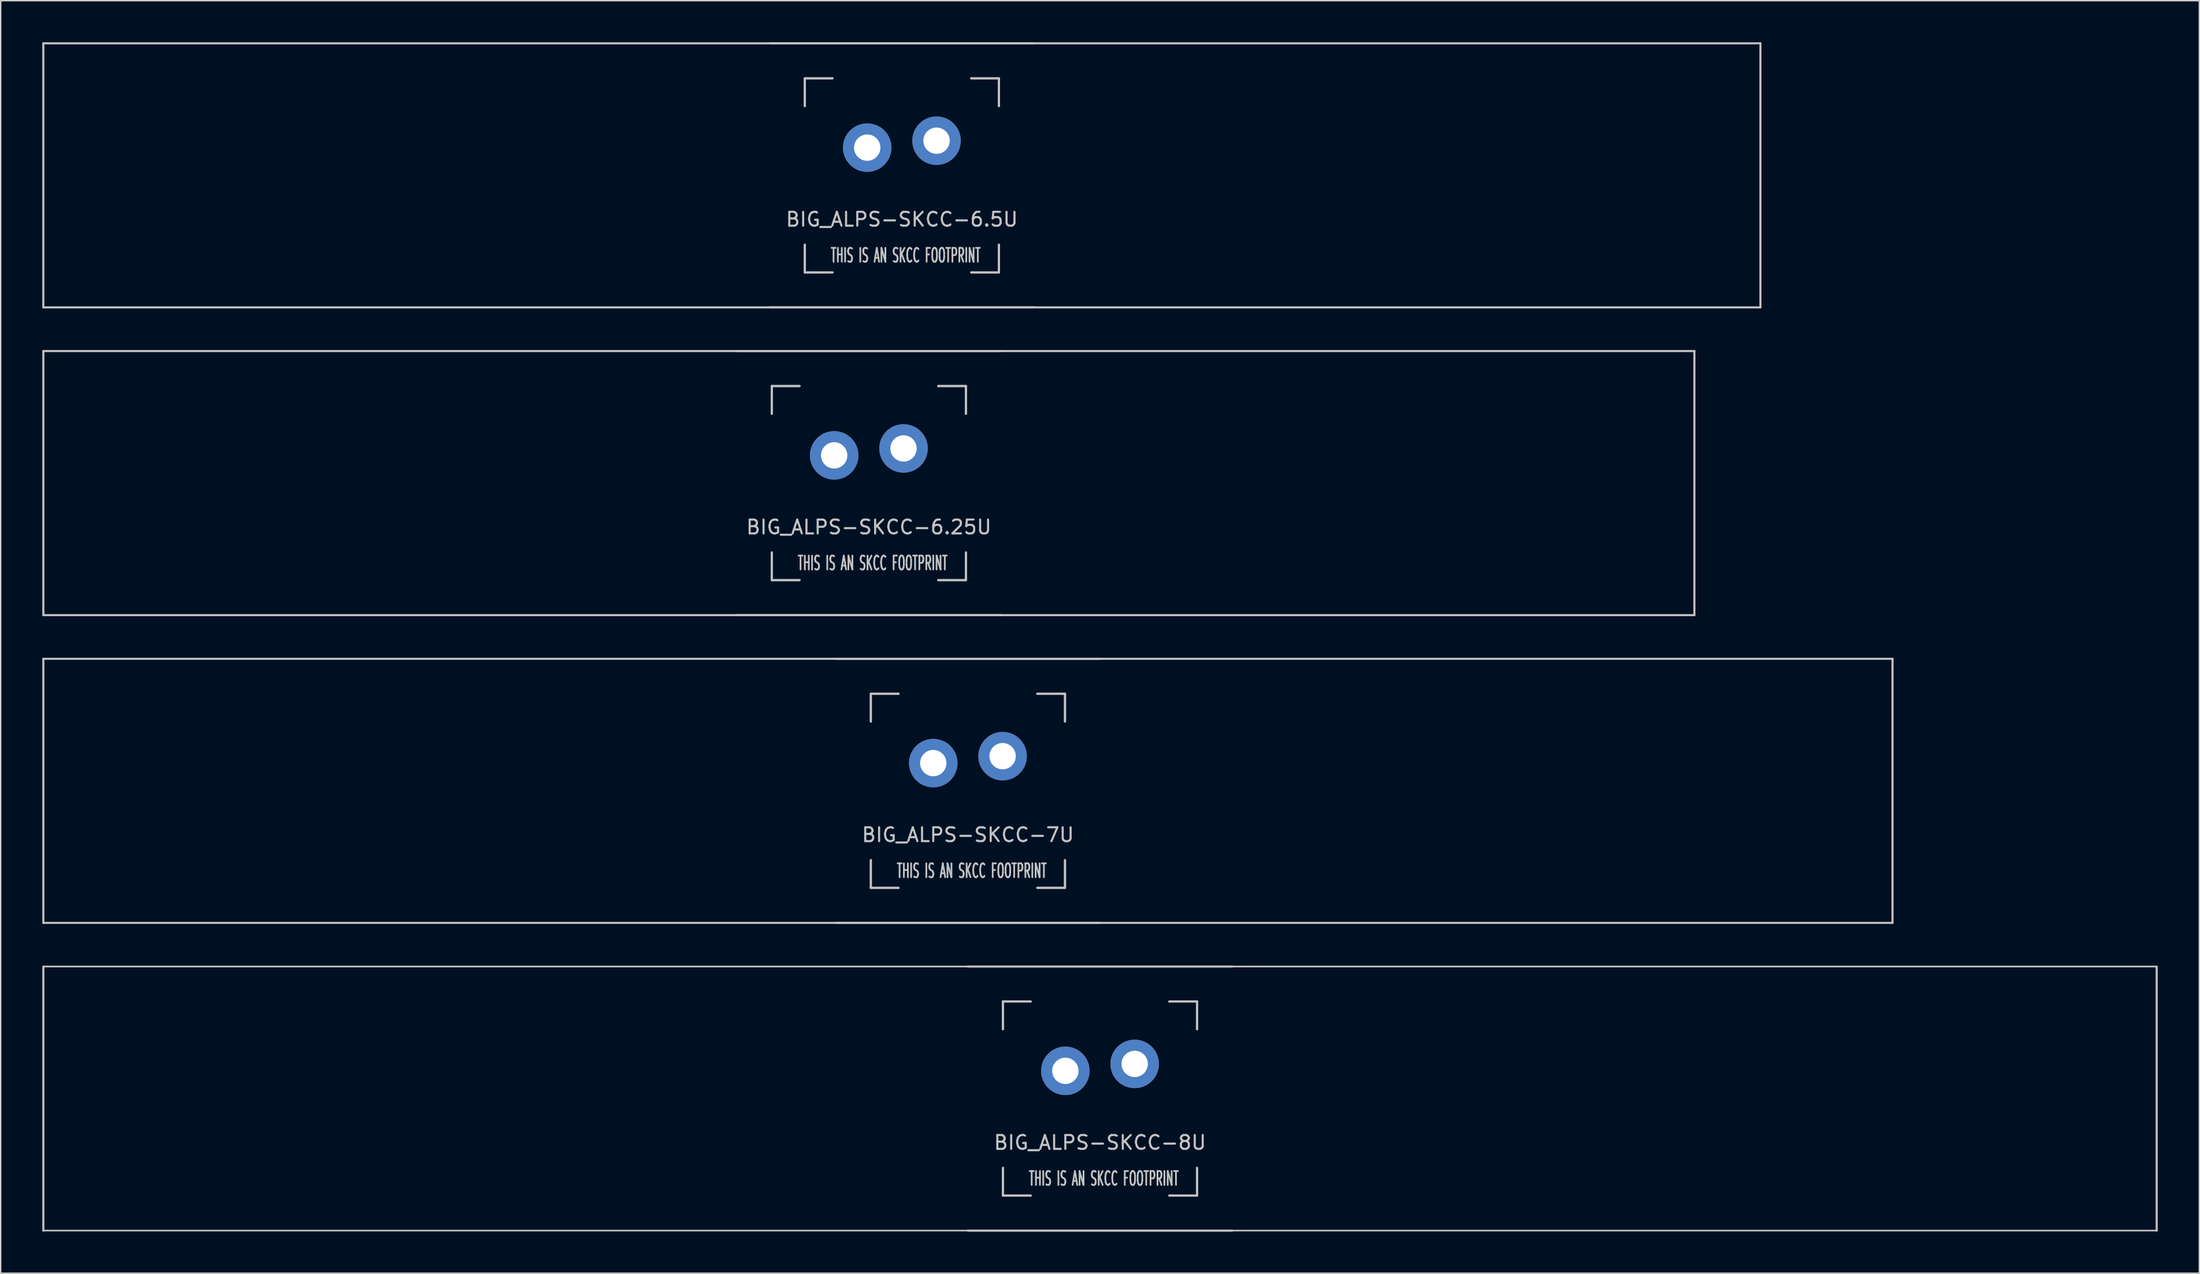
<source format=kicad_pcb>
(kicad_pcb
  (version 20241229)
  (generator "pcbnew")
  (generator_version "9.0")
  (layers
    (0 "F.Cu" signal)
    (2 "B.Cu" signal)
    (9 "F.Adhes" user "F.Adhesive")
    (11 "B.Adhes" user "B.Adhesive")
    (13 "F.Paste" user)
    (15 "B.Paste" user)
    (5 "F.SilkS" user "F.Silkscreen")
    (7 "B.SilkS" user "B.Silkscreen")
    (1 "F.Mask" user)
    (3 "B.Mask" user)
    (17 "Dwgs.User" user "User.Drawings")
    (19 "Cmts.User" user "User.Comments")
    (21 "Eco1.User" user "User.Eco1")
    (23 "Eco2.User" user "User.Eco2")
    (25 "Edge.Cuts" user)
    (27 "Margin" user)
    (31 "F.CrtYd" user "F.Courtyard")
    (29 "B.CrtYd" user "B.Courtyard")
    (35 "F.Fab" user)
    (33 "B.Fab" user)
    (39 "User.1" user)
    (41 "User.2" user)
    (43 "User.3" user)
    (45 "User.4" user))
  (footprint "BIG_ALPS-SKCC-8U"
    (layer "F.Cu")
    (at 76.275 76.2)
    (property "Reference" "BIG_ALPS-SKCC-8U" (at 0 3.175 0) (layer "Dwgs.User") (effects (font (size 1 1) (thickness 0.15))))
    (attr through_hole)
    (fp_line (start -76.2 -9.525) (end 76.2 -9.525) (stroke (width 0.12) (type solid)) (layer "Dwgs.User"))
    (fp_line (start -76.2 9.525) (end -76.2 -9.525) (stroke (width 0.15) (type solid)) (layer "Dwgs.User"))
    (fp_line (start -9.525 -9.525) (end 9.525 -9.525) (stroke (width 0.15) (type solid)) (layer "Dwgs.User"))
    (fp_line (start -9.525 9.525) (end 9.525 9.525) (stroke (width 0.15) (type solid)) (layer "Dwgs.User"))
    (fp_line (start -7 -7) (end -7 -5) (stroke (width 0.15) (type solid)) (layer "Dwgs.User"))
    (fp_line (start -7 -7) (end -7 -5) (stroke (width 0.15) (type solid)) (layer "Dwgs.User"))
    (fp_line (start -7 5) (end -7 7) (stroke (width 0.15) (type solid)) (layer "Dwgs.User"))
    (fp_line (start -7 5) (end -7 7) (stroke (width 0.15) (type solid)) (layer "Dwgs.User"))
    (fp_line (start -7 7) (end -5 7) (stroke (width 0.15) (type solid)) (layer "Dwgs.User"))
    (fp_line (start -7 7) (end -5 7) (stroke (width 0.15) (type solid)) (layer "Dwgs.User"))
    (fp_line (start -5 -7) (end -7 -7) (stroke (width 0.15) (type solid)) (layer "Dwgs.User"))
    (fp_line (start -5 -7) (end -7 -7) (stroke (width 0.15) (type solid)) (layer "Dwgs.User"))
    (fp_line (start 5 -7) (end 7 -7) (stroke (width 0.15) (type solid)) (layer "Dwgs.User"))
    (fp_line (start 5 -7) (end 7 -7) (stroke (width 0.15) (type solid)) (layer "Dwgs.User"))
    (fp_line (start 5 7) (end 7 7) (stroke (width 0.15) (type solid)) (layer "Dwgs.User"))
    (fp_line (start 5 7) (end 7 7) (stroke (width 0.15) (type solid)) (layer "Dwgs.User"))
    (fp_line (start 7 -7) (end 7 -5) (stroke (width 0.15) (type solid)) (layer "Dwgs.User"))
    (fp_line (start 7 -7) (end 7 -5) (stroke (width 0.15) (type solid)) (layer "Dwgs.User"))
    (fp_line (start 7 7) (end 7 5) (stroke (width 0.15) (type solid)) (layer "Dwgs.User"))
    (fp_line (start 7 7) (end 7 5) (stroke (width 0.15) (type solid)) (layer "Dwgs.User"))
    (fp_line (start 76.2 -9.525) (end 76.2 9.525) (stroke (width 0.15) (type solid)) (layer "Dwgs.User"))
    (fp_line (start 76.2 9.525) (end -76.2 9.525) (stroke (width 0.12) (type solid)) (layer "Dwgs.User"))
    (fp_text user "THIS IS AN SKCC FOOTPRINT" (at 0.275 5.775 0) (layer "Dwgs.User") (effects (font (size 1 0.5) (thickness 0.125))))
    (pad "1" thru_hole circle (at -2.5 -2) (size 3.5 3.5) (drill 1.9) (layers "*.Cu" "*.Mask"))
    (pad "2" thru_hole circle (at 2.5 -2.5) (size 3.5 3.5) (drill 1.9) (layers "*.Cu" "*.Mask")))
  (footprint "BIG_ALPS-SKCC-7U"
    (layer "F.Cu")
    (at 66.75 54)
    (property "Reference" "BIG_ALPS-SKCC-7U" (at 0 3.175 0) (layer "Dwgs.User") (effects (font (size 1 1) (thickness 0.15))))
    (attr through_hole)
    (fp_line (start -66.675 -9.525) (end 66.675 -9.525) (stroke (width 0.15) (type solid)) (layer "Dwgs.User"))
    (fp_line (start -66.675 9.525) (end -66.675 -9.525) (stroke (width 0.15) (type solid)) (layer "Dwgs.User"))
    (fp_line (start -66.675 9.525) (end 66.675 9.525) (stroke (width 0.15) (type solid)) (layer "Dwgs.User"))
    (fp_line (start -9.525 -9.525) (end 9.525 -9.525) (stroke (width 0.15) (type solid)) (layer "Dwgs.User"))
    (fp_line (start -9.525 9.525) (end 9.525 9.525) (stroke (width 0.15) (type solid)) (layer "Dwgs.User"))
    (fp_line (start -7 -7) (end -7 -5) (stroke (width 0.15) (type solid)) (layer "Dwgs.User"))
    (fp_line (start -7 -7) (end -7 -5) (stroke (width 0.15) (type solid)) (layer "Dwgs.User"))
    (fp_line (start -7 5) (end -7 7) (stroke (width 0.15) (type solid)) (layer "Dwgs.User"))
    (fp_line (start -7 5) (end -7 7) (stroke (width 0.15) (type solid)) (layer "Dwgs.User"))
    (fp_line (start -7 7) (end -5 7) (stroke (width 0.15) (type solid)) (layer "Dwgs.User"))
    (fp_line (start -7 7) (end -5 7) (stroke (width 0.15) (type solid)) (layer "Dwgs.User"))
    (fp_line (start -5 -7) (end -7 -7) (stroke (width 0.15) (type solid)) (layer "Dwgs.User"))
    (fp_line (start -5 -7) (end -7 -7) (stroke (width 0.15) (type solid)) (layer "Dwgs.User"))
    (fp_line (start 5 -7) (end 7 -7) (stroke (width 0.15) (type solid)) (layer "Dwgs.User"))
    (fp_line (start 5 -7) (end 7 -7) (stroke (width 0.15) (type solid)) (layer "Dwgs.User"))
    (fp_line (start 5 7) (end 7 7) (stroke (width 0.15) (type solid)) (layer "Dwgs.User"))
    (fp_line (start 5 7) (end 7 7) (stroke (width 0.15) (type solid)) (layer "Dwgs.User"))
    (fp_line (start 7 -7) (end 7 -5) (stroke (width 0.15) (type solid)) (layer "Dwgs.User"))
    (fp_line (start 7 -7) (end 7 -5) (stroke (width 0.15) (type solid)) (layer "Dwgs.User"))
    (fp_line (start 7 7) (end 7 5) (stroke (width 0.15) (type solid)) (layer "Dwgs.User"))
    (fp_line (start 7 7) (end 7 5) (stroke (width 0.15) (type solid)) (layer "Dwgs.User"))
    (fp_line (start 66.675 -9.525) (end 66.675 9.525) (stroke (width 0.15) (type solid)) (layer "Dwgs.User"))
    (fp_text user "THIS IS AN SKCC FOOTPRINT" (at 0.275 5.775 0) (layer "Dwgs.User") (effects (font (size 1 0.5) (thickness 0.125))))
    (pad "1" thru_hole circle (at -2.5 -2) (size 3.5 3.5) (drill 1.9) (layers "*.Cu" "*.Mask"))
    (pad "2" thru_hole circle (at 2.5 -2.5) (size 3.5 3.5) (drill 1.9) (layers "*.Cu" "*.Mask")))
  (footprint "BIG_ALPS-SKCC-6.5U"
    (layer "F.Cu")
    (at 61.987 9.6)
    (property "Reference" "BIG_ALPS-SKCC-6.5U" (at 0 3.175 0) (layer "Dwgs.User") (effects (font (size 1 1) (thickness 0.15))))
    (attr through_hole)
    (fp_line (start -61.913 -9.525) (end 61.913 -9.525) (stroke (width 0.15) (type solid)) (layer "Dwgs.User"))
    (fp_line (start -61.913 9.525) (end -61.913 -9.525) (stroke (width 0.15) (type solid)) (layer "Dwgs.User"))
    (fp_line (start -61.913 9.525) (end 61.913 9.525) (stroke (width 0.15) (type solid)) (layer "Dwgs.User"))
    (fp_line (start -9.525 -9.525) (end 9.525 -9.525) (stroke (width 0.15) (type solid)) (layer "Dwgs.User"))
    (fp_line (start -9.525 9.525) (end 9.525 9.525) (stroke (width 0.15) (type solid)) (layer "Dwgs.User"))
    (fp_line (start -7 -7) (end -7 -5) (stroke (width 0.15) (type solid)) (layer "Dwgs.User"))
    (fp_line (start -7 -7) (end -7 -5) (stroke (width 0.15) (type solid)) (layer "Dwgs.User"))
    (fp_line (start -7 5) (end -7 7) (stroke (width 0.15) (type solid)) (layer "Dwgs.User"))
    (fp_line (start -7 5) (end -7 7) (stroke (width 0.15) (type solid)) (layer "Dwgs.User"))
    (fp_line (start -7 7) (end -5 7) (stroke (width 0.15) (type solid)) (layer "Dwgs.User"))
    (fp_line (start -7 7) (end -5 7) (stroke (width 0.15) (type solid)) (layer "Dwgs.User"))
    (fp_line (start -5 -7) (end -7 -7) (stroke (width 0.15) (type solid)) (layer "Dwgs.User"))
    (fp_line (start -5 -7) (end -7 -7) (stroke (width 0.15) (type solid)) (layer "Dwgs.User"))
    (fp_line (start 5 -7) (end 7 -7) (stroke (width 0.15) (type solid)) (layer "Dwgs.User"))
    (fp_line (start 5 -7) (end 7 -7) (stroke (width 0.15) (type solid)) (layer "Dwgs.User"))
    (fp_line (start 5 7) (end 7 7) (stroke (width 0.15) (type solid)) (layer "Dwgs.User"))
    (fp_line (start 5 7) (end 7 7) (stroke (width 0.15) (type solid)) (layer "Dwgs.User"))
    (fp_line (start 7 -7) (end 7 -5) (stroke (width 0.15) (type solid)) (layer "Dwgs.User"))
    (fp_line (start 7 -7) (end 7 -5) (stroke (width 0.15) (type solid)) (layer "Dwgs.User"))
    (fp_line (start 7 7) (end 7 5) (stroke (width 0.15) (type solid)) (layer "Dwgs.User"))
    (fp_line (start 7 7) (end 7 5) (stroke (width 0.15) (type solid)) (layer "Dwgs.User"))
    (fp_line (start 61.913 -9.525) (end 61.913 9.525) (stroke (width 0.15) (type solid)) (layer "Dwgs.User"))
    (fp_text user "THIS IS AN SKCC FOOTPRINT" (at 0.275 5.775 0) (layer "Dwgs.User") (effects (font (size 1 0.5) (thickness 0.125))))
    (pad "1" thru_hole circle (at -2.5 -2) (size 3.5 3.5) (drill 1.9) (layers "*.Cu" "*.Mask"))
    (pad "2" thru_hole circle (at 2.5 -2.5) (size 3.5 3.5) (drill 1.9) (layers "*.Cu" "*.Mask")))
  (footprint "BIG_ALPS-SKCC-6.25U"
    (layer "F.Cu")
    (at 59.606 31.8)
    (property "Reference" "BIG_ALPS-SKCC-6.25U" (at 0 3.175 0) (layer "Dwgs.User") (effects (font (size 1 1) (thickness 0.15))))
    (attr through_hole)
    (fp_line (start -59.531 -9.525) (end 59.531 -9.525) (stroke (width 0.15) (type solid)) (layer "Dwgs.User"))
    (fp_line (start -59.531 9.525) (end -59.531 -9.525) (stroke (width 0.15) (type solid)) (layer "Dwgs.User"))
    (fp_line (start -59.531 9.525) (end 59.531 9.525) (stroke (width 0.15) (type solid)) (layer "Dwgs.User"))
    (fp_line (start -9.525 -9.525) (end 9.525 -9.525) (stroke (width 0.15) (type solid)) (layer "Dwgs.User"))
    (fp_line (start -9.525 9.525) (end 9.525 9.525) (stroke (width 0.15) (type solid)) (layer "Dwgs.User"))
    (fp_line (start -7 -7) (end -7 -5) (stroke (width 0.15) (type solid)) (layer "Dwgs.User"))
    (fp_line (start -7 -7) (end -7 -5) (stroke (width 0.15) (type solid)) (layer "Dwgs.User"))
    (fp_line (start -7 5) (end -7 7) (stroke (width 0.15) (type solid)) (layer "Dwgs.User"))
    (fp_line (start -7 5) (end -7 7) (stroke (width 0.15) (type solid)) (layer "Dwgs.User"))
    (fp_line (start -7 7) (end -5 7) (stroke (width 0.15) (type solid)) (layer "Dwgs.User"))
    (fp_line (start -7 7) (end -5 7) (stroke (width 0.15) (type solid)) (layer "Dwgs.User"))
    (fp_line (start -5 -7) (end -7 -7) (stroke (width 0.15) (type solid)) (layer "Dwgs.User"))
    (fp_line (start -5 -7) (end -7 -7) (stroke (width 0.15) (type solid)) (layer "Dwgs.User"))
    (fp_line (start 5 -7) (end 7 -7) (stroke (width 0.15) (type solid)) (layer "Dwgs.User"))
    (fp_line (start 5 -7) (end 7 -7) (stroke (width 0.15) (type solid)) (layer "Dwgs.User"))
    (fp_line (start 5 7) (end 7 7) (stroke (width 0.15) (type solid)) (layer "Dwgs.User"))
    (fp_line (start 5 7) (end 7 7) (stroke (width 0.15) (type solid)) (layer "Dwgs.User"))
    (fp_line (start 7 -7) (end 7 -5) (stroke (width 0.15) (type solid)) (layer "Dwgs.User"))
    (fp_line (start 7 -7) (end 7 -5) (stroke (width 0.15) (type solid)) (layer "Dwgs.User"))
    (fp_line (start 7 7) (end 7 5) (stroke (width 0.15) (type solid)) (layer "Dwgs.User"))
    (fp_line (start 7 7) (end 7 5) (stroke (width 0.15) (type solid)) (layer "Dwgs.User"))
    (fp_line (start 59.531 -9.525) (end 59.531 9.525) (stroke (width 0.15) (type solid)) (layer "Dwgs.User"))
    (fp_text user "THIS IS AN SKCC FOOTPRINT" (at 0.275 5.775 0) (layer "Dwgs.User") (effects (font (size 1 0.5) (thickness 0.125))))
    (pad "1" thru_hole circle (at -2.5 -2) (size 3.5 3.5) (drill 1.9) (layers "*.Cu" "*.Mask"))
    (pad "2" thru_hole circle (at 2.5 -2.5) (size 3.5 3.5) (drill 1.9) (layers "*.Cu" "*.Mask")))
  (gr_rect
    (start -3 -3)
    (end 155.55 88.8)
    (stroke (width 0.1) (type default))
    (fill no)
    (layer "Edge.Cuts")))
</source>
